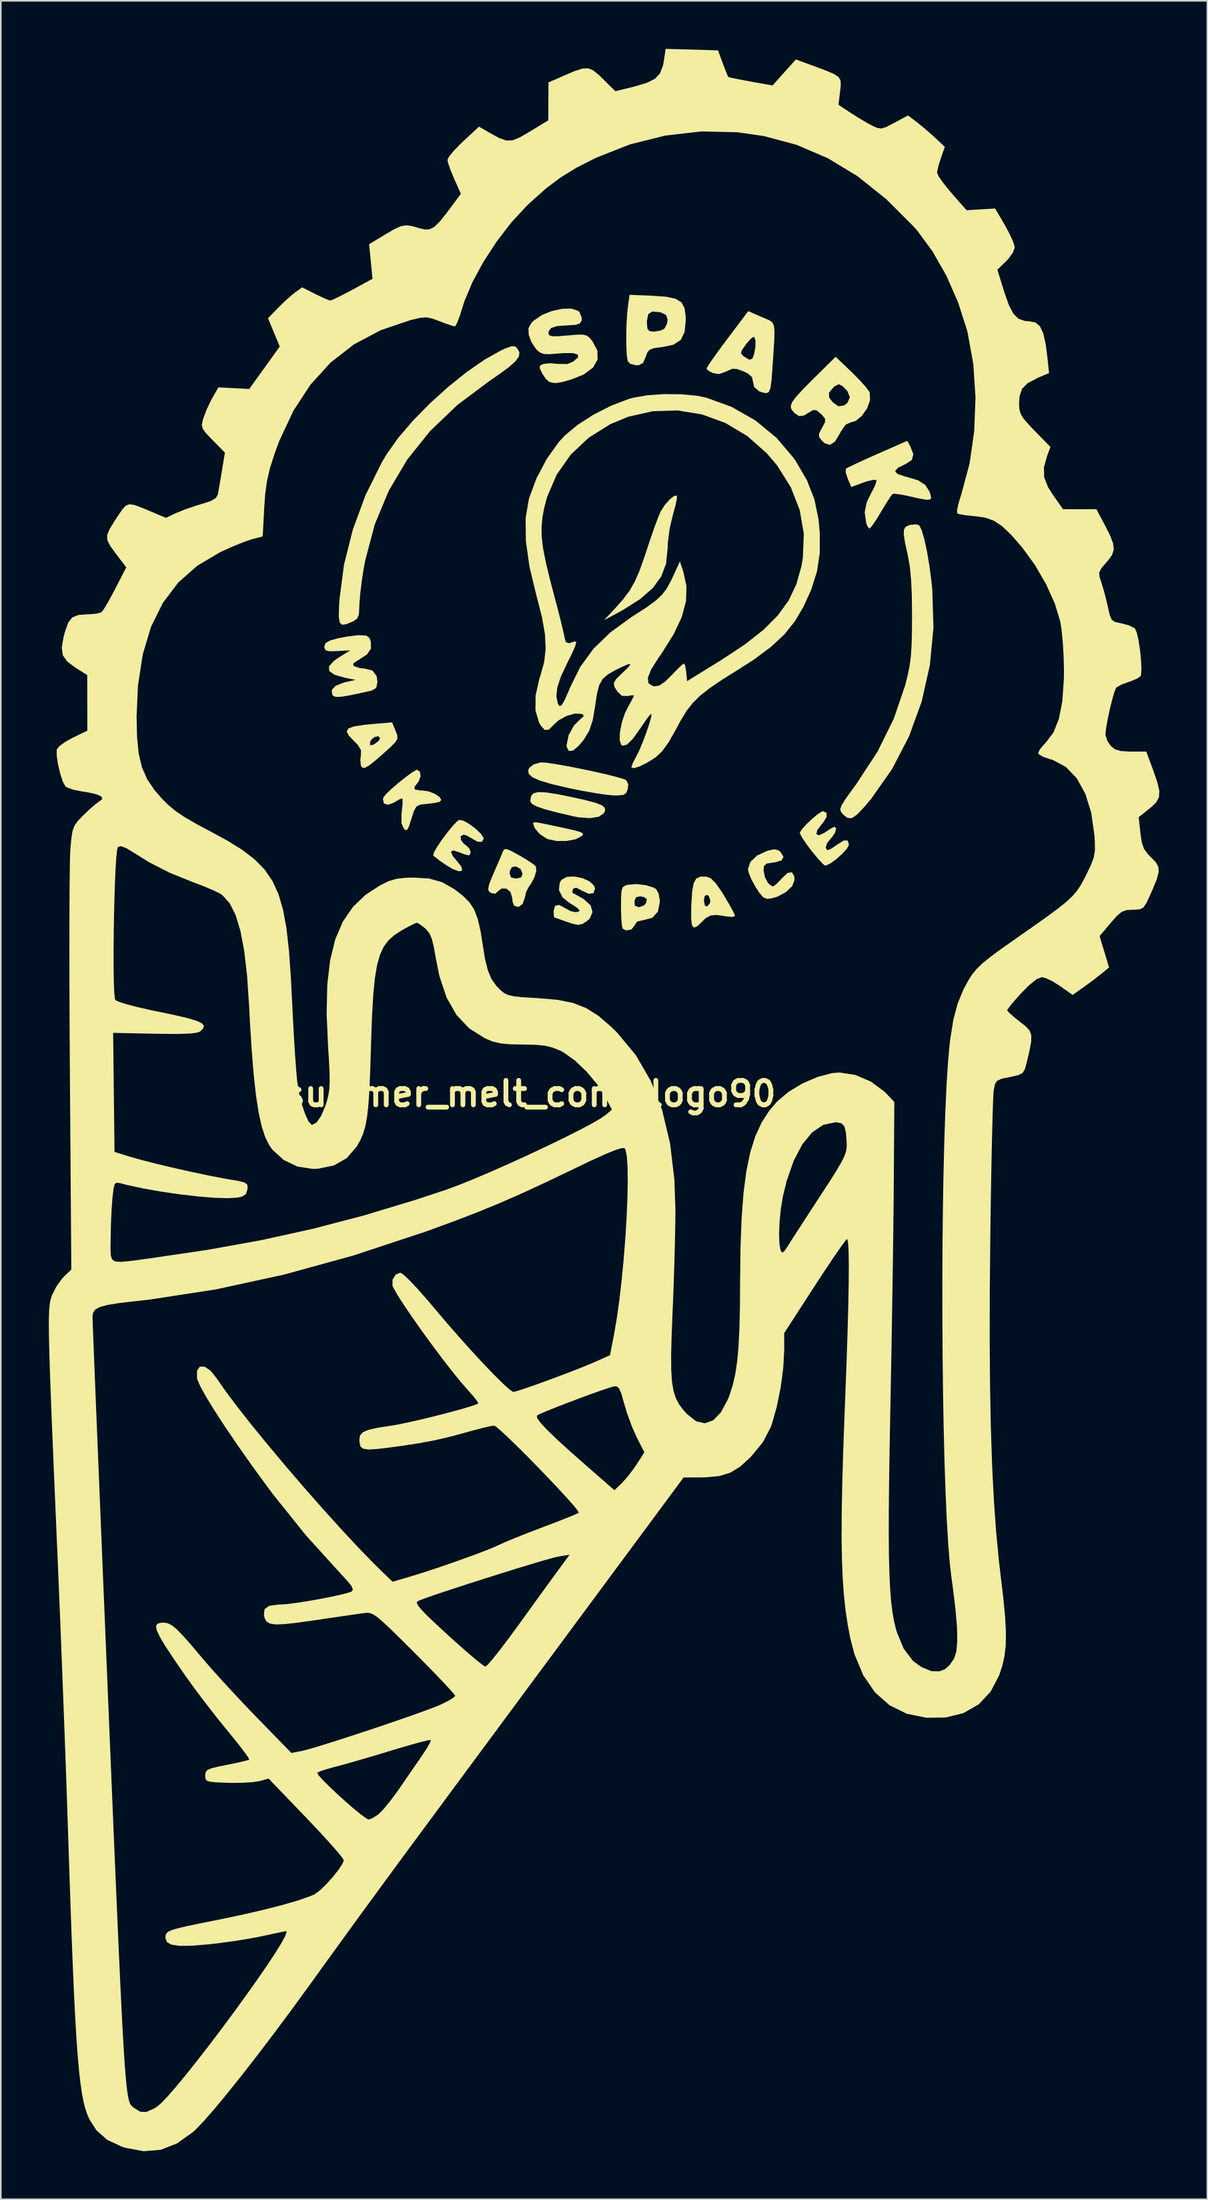
<source format=kicad_pcb>
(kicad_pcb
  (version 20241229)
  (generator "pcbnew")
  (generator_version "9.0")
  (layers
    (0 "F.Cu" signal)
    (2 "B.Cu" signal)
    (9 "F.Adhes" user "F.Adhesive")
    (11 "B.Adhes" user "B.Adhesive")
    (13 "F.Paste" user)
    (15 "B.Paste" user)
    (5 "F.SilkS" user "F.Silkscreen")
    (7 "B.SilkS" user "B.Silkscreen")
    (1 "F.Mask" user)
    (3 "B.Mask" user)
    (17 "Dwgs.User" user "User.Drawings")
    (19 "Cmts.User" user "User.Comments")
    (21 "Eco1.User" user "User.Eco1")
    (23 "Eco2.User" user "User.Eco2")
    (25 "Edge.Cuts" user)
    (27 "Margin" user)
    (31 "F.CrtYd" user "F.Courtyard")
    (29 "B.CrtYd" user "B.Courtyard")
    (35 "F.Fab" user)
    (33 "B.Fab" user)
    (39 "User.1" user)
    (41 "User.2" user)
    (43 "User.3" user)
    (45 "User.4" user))
  (footprint "summer_melt_cone_logo90"
    (layer "F.Cu")
    (at 30.068 65.21)
    (property "Reference" "summer_melt_cone_logo90" (at 0 0 0) (layer "F.SilkS") (effects (font (size 1.524 1.524) (thickness 0.3))))
    (attr board_only exclude_from_pos_files exclude_from_bom)
    (fp_poly (pts (xy 0.526 -16.918) (xy 1.551 -16.706) (xy 2.299 -16.547) (xy 2.807 -16.427) (xy 3.116 -16.336) (xy 3.264 -16.261) (xy 3.291 -16.189) (xy 3.235 -16.109) (xy 3.211 -16.084) (xy 2.83 -15.883) (xy 2.266 -15.777) (xy 1.646 -15.775) (xy 1.1 -15.889) (xy 1.024 -15.92) (xy 0.589 -16.208) (xy 0.27 -16.582) (xy 0.162 -16.899) (xy 0.295 -16.944)) (stroke (width 0) (type solid)) (fill yes) (layer "F.SilkS"))
    (fp_poly (pts (xy 0.999 -18.806) (xy 1.738 -18.688) (xy 2.449 -18.546) (xy 3.383 -18.341) (xy 4.035 -18.17) (xy 4.443 -18.017) (xy 4.643 -17.862) (xy 4.673 -17.689) (xy 4.591 -17.509) (xy 4.274 -17.288) (xy 3.722 -17.202) (xy 2.999 -17.256) (xy 2.669 -17.32) (xy 1.646 -17.56) (xy 0.905 -17.757) (xy 0.409 -17.926) (xy 0.122 -18.079) (xy 0.007 -18.229) (xy 0 -18.28) (xy 0.041 -18.57) (xy 0.193 -18.752) (xy 0.498 -18.829)) (stroke (width 0) (type solid)) (fill yes) (layer "F.SilkS"))
    (fp_poly (pts (xy 0.975 -20.662) (xy 1.536 -20.582) (xy 2.261 -20.456) (xy 3.078 -20.297) (xy 3.914 -20.122) (xy 4.699 -19.944) (xy 5.359 -19.78) (xy 5.822 -19.644) (xy 5.991 -19.573) (xy 6.117 -19.317) (xy 6.086 -19.027) (xy 5.988 -18.77) (xy 5.801 -18.649) (xy 5.427 -18.617) (xy 5.214 -18.619) (xy 4.76 -18.659) (xy 4.08 -18.758) (xy 3.266 -18.902) (xy 2.408 -19.075) (xy 2.373 -19.083) (xy 1.339 -19.325) (xy 0.599 -19.545) (xy 0.126 -19.756) (xy -0.106 -19.974) (xy -0.127 -20.211) (xy -0.062 -20.347) (xy 0.212 -20.557) (xy 0.634 -20.678) (xy 0.651 -20.68)) (stroke (width 0) (type solid)) (fill yes) (layer "F.SilkS"))
    (fp_poly (pts (xy 9.154 -37.144) (xy 9.07 -36.735) (xy 8.92 -36.192) (xy 8.909 -36.157) (xy 8.702 -35.279) (xy 8.585 -34.352) (xy 8.572 -33.998) (xy 8.477 -33.087) (xy 8.177 -32.285) (xy 7.646 -31.558) (xy 6.856 -30.871) (xy 5.781 -30.19) (xy 5.427 -29.996) (xy 4.611 -29.562) (xy 5.273 -30.272) (xy 5.789 -30.851) (xy 6.187 -31.381) (xy 6.512 -31.943) (xy 6.809 -32.619) (xy 7.121 -33.491) (xy 7.271 -33.946) (xy 7.534 -34.732) (xy 7.785 -35.446) (xy 7.996 -36.009) (xy 8.138 -36.34) (xy 8.395 -36.741) (xy 8.7 -37.088) (xy 8.977 -37.31) (xy 9.153 -37.333)) (stroke (width 0) (type solid)) (fill yes) (layer "F.SilkS"))
    (fp_poly (pts (xy -8.412 -22.647) (xy -8.307 -22.367) (xy -8.302 -22.155) (xy -8.434 -21.933) (xy -8.742 -21.625) (xy -9.071 -21.328) (xy -9.669 -20.803) (xy -10.079 -20.481) (xy -10.34 -20.338) (xy -10.496 -20.352) (xy -10.58 -20.481) (xy -10.619 -20.832) (xy -10.579 -21.125) (xy -10.577 -21.454) (xy -10.761 -21.748) (xy -10.005 -21.748) (xy -9.839 -21.773) (xy -9.721 -21.833) (xy -9.458 -22.037) (xy -9.383 -22.182) (xy -9.484 -22.313) (xy -9.703 -22.276) (xy -9.918 -22.115) (xy -10.003 -21.947) (xy -10.005 -21.748) (xy -10.761 -21.748) (xy -10.784 -21.785) (xy -10.984 -21.986) (xy -11.333 -22.349) (xy -11.468 -22.612) (xy -11.365 -22.798) (xy -11 -22.929) (xy -10.35 -23.027) (xy -9.792 -23.08) (xy -8.631 -23.178)) (stroke (width 0) (type solid)) (fill yes) (layer "F.SilkS"))
    (fp_poly (pts (xy 15.501 -15.194) (xy 15.622 -15.094) (xy 15.811 -14.788) (xy 15.693 -14.567) (xy 15.274 -14.442) (xy 15.155 -14.429) (xy 14.76 -14.367) (xy 14.595 -14.22) (xy 14.566 -13.944) (xy 14.651 -13.514) (xy 14.85 -13.142) (xy 15.095 -12.948) (xy 15.145 -12.941) (xy 15.329 -13.055) (xy 15.614 -13.34) (xy 15.709 -13.451) (xy 16.066 -13.783) (xy 16.333 -13.825) (xy 16.481 -13.582) (xy 16.502 -13.349) (xy 16.356 -12.963) (xy 15.973 -12.592) (xy 15.437 -12.303) (xy 15.068 -12.195) (xy 14.771 -12.164) (xy 14.548 -12.255) (xy 14.313 -12.526) (xy 14.083 -12.875) (xy 13.808 -13.372) (xy 13.629 -13.815) (xy 13.59 -14.02) (xy 13.743 -14.472) (xy 14.165 -14.871) (xy 14.802 -15.165) (xy 14.808 -15.167) (xy 15.233 -15.26)) (stroke (width 0) (type solid)) (fill yes) (layer "F.SilkS"))
    (fp_poly (pts (xy 10.998 -13.551) (xy 11.263 -13.449) (xy 11.554 -13.169) (xy 11.915 -12.662) (xy 12.09 -12.382) (xy 12.411 -11.842) (xy 12.653 -11.404) (xy 12.774 -11.142) (xy 12.781 -11.11) (xy 12.643 -11.039) (xy 12.307 -11.059) (xy 12.255 -11.069) (xy 11.653 -11.16) (xy 11.25 -11.126) (xy 10.937 -10.947) (xy 10.753 -10.768) (xy 10.432 -10.459) (xy 10.218 -10.367) (xy 10.094 -10.517) (xy 10.043 -10.933) (xy 10.049 -11.641) (xy 10.055 -11.816) (xy 10.07 -12.053) (xy 10.839 -12.053) (xy 10.901 -11.738) (xy 11.042 -11.689) (xy 11.213 -11.886) (xy 11.244 -12.053) (xy 11.149 -12.336) (xy 11.042 -12.417) (xy 10.884 -12.337) (xy 10.839 -12.053) (xy 10.07 -12.053) (xy 10.104 -12.611) (xy 10.197 -13.133) (xy 10.36 -13.43) (xy 10.621 -13.553)) (stroke (width 0) (type solid)) (fill yes) (layer "F.SilkS"))
    (fp_poly (pts (xy 7.183 -13.024) (xy 7.683 -12.875) (xy 7.861 -12.769) (xy 8.012 -12.491) (xy 8.087 -12.054) (xy 8.089 -11.977) (xy 7.968 -11.373) (xy 7.622 -10.984) (xy 7.078 -10.84) (xy 7.05 -10.839) (xy 6.665 -10.746) (xy 6.518 -10.516) (xy 6.316 -10.258) (xy 5.995 -10.192) (xy 5.77 -10.3) (xy 5.719 -10.503) (xy 5.681 -10.942) (xy 5.663 -11.533) (xy 5.662 -11.672) (xy 5.665 -12.012) (xy 6.501 -12.012) (xy 6.531 -11.728) (xy 6.78 -11.648) (xy 6.789 -11.648) (xy 7.106 -11.754) (xy 7.224 -11.898) (xy 7.276 -12.145) (xy 7.122 -12.267) (xy 6.876 -12.321) (xy 6.603 -12.27) (xy 6.501 -12.012) (xy 5.665 -12.012) (xy 5.668 -12.308) (xy 5.699 -12.692) (xy 5.779 -12.897) (xy 5.927 -12.997) (xy 6.076 -13.04) (xy 6.596 -13.087)) (stroke (width 0) (type solid)) (fill yes) (layer "F.SilkS"))
    (fp_poly (pts (xy -4.19 -17.047) (xy -3.812 -16.838) (xy -3.409 -16.537) (xy -3.078 -16.218) (xy -2.916 -15.955) (xy -2.912 -15.922) (xy -3.022 -15.722) (xy -3.305 -15.736) (xy -3.65 -15.931) (xy -3.974 -16.119) (xy -4.166 -16.173) (xy -4.347 -16.077) (xy -4.337 -15.851) (xy -4.157 -15.607) (xy -4.045 -15.531) (xy -3.813 -15.319) (xy -3.719 -15.07) (xy -3.793 -14.902) (xy -3.875 -14.884) (xy -4.126 -14.946) (xy -4.442 -15.072) (xy -4.819 -15.188) (xy -4.957 -15.103) (xy -4.848 -14.843) (xy -4.608 -14.558) (xy -4.302 -14.167) (xy -4.255 -13.936) (xy -4.438 -13.88) (xy -4.82 -14.012) (xy -5.227 -14.25) (xy -5.658 -14.548) (xy -5.968 -14.787) (xy -6.066 -14.882) (xy -6.017 -15.068) (xy -5.812 -15.424) (xy -5.507 -15.873) (xy -5.158 -16.34) (xy -4.82 -16.749) (xy -4.549 -17.024) (xy -4.447 -17.091)) (stroke (width 0) (type solid)) (fill yes) (layer "F.SilkS"))
    (fp_poly (pts (xy -6.892 -20.098) (xy -6.854 -19.812) (xy -6.969 -19.498) (xy -7.018 -19.436) (xy -7.242 -19.136) (xy -7.2 -18.982) (xy -6.868 -18.93) (xy -6.732 -18.929) (xy -6.336 -18.868) (xy -5.96 -18.718) (xy -5.676 -18.526) (xy -5.556 -18.343) (xy -5.662 -18.218) (xy -5.978 -18.15) (xy -6.442 -18.092) (xy -6.533 -18.085) (xy -6.896 -18.041) (xy -7.114 -17.923) (xy -7.267 -17.652) (xy -7.424 -17.166) (xy -7.581 -16.682) (xy -7.697 -16.464) (xy -7.812 -16.462) (xy -7.908 -16.56) (xy -8.045 -16.881) (xy -8.05 -17.401) (xy -8.023 -17.635) (xy -7.979 -18.094) (xy -7.982 -18.387) (xy -8.008 -18.443) (xy -8.196 -18.363) (xy -8.508 -18.177) (xy -8.881 -18.035) (xy -9.139 -18.115) (xy -9.205 -18.38) (xy -9.171 -18.504) (xy -9.009 -18.707) (xy -8.672 -19.028) (xy -8.235 -19.403) (xy -7.778 -19.768) (xy -7.379 -20.059) (xy -7.114 -20.213) (xy -7.073 -20.223)) (stroke (width 0) (type solid)) (fill yes) (layer "F.SilkS"))
    (fp_poly (pts (xy -0.952 -46.64) (xy -0.812 -46.516) (xy -0.681 -46.274) (xy -0.711 -46.017) (xy -0.928 -45.712) (xy -1.36 -45.33) (xy -2.032 -44.84) (xy -2.547 -44.49) (xy -4.553 -42.988) (xy -6.267 -41.349) (xy -7.694 -39.566) (xy -8.841 -37.631) (xy -9.712 -35.536) (xy -10.314 -33.272) (xy -10.42 -32.692) (xy -10.536 -31.923) (xy -10.625 -31.178) (xy -10.673 -30.581) (xy -10.678 -30.413) (xy -10.703 -29.929) (xy -10.811 -29.658) (xy -11.049 -29.49) (xy -11.09 -29.471) (xy -11.495 -29.303) (xy -11.759 -29.27) (xy -11.906 -29.412) (xy -11.96 -29.77) (xy -11.946 -30.385) (xy -11.916 -30.873) (xy -11.636 -33.016) (xy -11.086 -35.204) (xy -10.295 -37.353) (xy -9.29 -39.377) (xy -8.972 -39.912) (xy -8.256 -40.926) (xy -7.337 -41.999) (xy -6.276 -43.08) (xy -5.132 -44.114) (xy -3.966 -45.048) (xy -2.837 -45.83) (xy -1.805 -46.404) (xy -1.561 -46.513) (xy -1.172 -46.652)) (stroke (width 0) (type solid)) (fill yes) (layer "F.SilkS"))
    (fp_poly (pts (xy 7.611 -49.804) (xy 8.478 -49.743) (xy 9.073 -49.615) (xy 9.442 -49.385) (xy 9.637 -49.018) (xy 9.704 -48.479) (xy 9.707 -48.285) (xy 9.635 -47.539) (xy 9.391 -47.041) (xy 8.933 -46.744) (xy 8.23 -46.6) (xy 7.721 -46.534) (xy 7.439 -46.428) (xy 7.288 -46.226) (xy 7.206 -45.987) (xy 7.042 -45.613) (xy 6.787 -45.473) (xy 6.617 -45.461) (xy 6.25 -45.549) (xy 6.084 -45.717) (xy 6.028 -46.041) (xy 5.997 -46.595) (xy 5.99 -47.286) (xy 6.007 -48.02) (xy 6.013 -48.121) (xy 7.28 -48.121) (xy 7.31 -47.744) (xy 7.451 -47.591) (xy 7.733 -47.564) (xy 8.137 -47.63) (xy 8.38 -47.758) (xy 8.539 -48.071) (xy 8.575 -48.312) (xy 8.478 -48.604) (xy 8.142 -48.765) (xy 8.093 -48.777) (xy 7.619 -48.821) (xy 7.368 -48.657) (xy 7.282 -48.24) (xy 7.28 -48.121) (xy 6.013 -48.121) (xy 6.049 -48.704) (xy 6.091 -49.094) (xy 6.196 -49.86)) (stroke (width 0) (type solid)) (fill yes) (layer "F.SilkS"))
    (fp_poly (pts (xy 3.253 -13.458) (xy 3.702 -13.254) (xy 3.991 -12.978) (xy 4.045 -12.789) (xy 3.939 -12.517) (xy 3.644 -12.483) (xy 3.195 -12.689) (xy 3.164 -12.709) (xy 2.857 -12.863) (xy 2.684 -12.799) (xy 2.656 -12.759) (xy 2.626 -12.553) (xy 2.681 -12.507) (xy 2.908 -12.395) (xy 3.277 -12.184) (xy 3.357 -12.135) (xy 3.763 -11.76) (xy 3.884 -11.339) (xy 3.712 -10.936) (xy 3.523 -10.768) (xy 3.24 -10.594) (xy 2.984 -10.54) (xy 2.641 -10.608) (xy 2.184 -10.763) (xy 1.778 -10.907) (xy 1.528 -10.991) (xy 1.496 -10.999) (xy 1.466 -11.14) (xy 1.456 -11.406) (xy 1.545 -11.731) (xy 1.799 -11.787) (xy 2.194 -11.573) (xy 2.525 -11.398) (xy 2.851 -11.33) (xy 3.054 -11.388) (xy 3.073 -11.446) (xy 2.944 -11.59) (xy 2.619 -11.806) (xy 2.467 -11.891) (xy 2.01 -12.26) (xy 1.789 -12.711) (xy 1.832 -13.166) (xy 1.95 -13.357) (xy 2.275 -13.537) (xy 2.744 -13.561)) (stroke (width 0) (type solid)) (fill yes) (layer "F.SilkS"))
    (fp_poly (pts (xy -1.228 -15.17) (xy -0.754 -14.915) (xy -0.687 -14.877) (xy -0.193 -14.585) (xy 0.182 -14.334) (xy 0.35 -14.188) (xy 0.373 -13.907) (xy 0.251 -13.494) (xy 0.029 -13.08) (xy -0.079 -12.943) (xy -0.256 -12.607) (xy -0.35 -12.216) (xy -0.484 -11.844) (xy -0.727 -11.661) (xy -0.994 -11.728) (xy -1.019 -11.751) (xy -1.109 -11.988) (xy -1.132 -12.236) (xy -1.241 -12.593) (xy -1.497 -12.804) (xy -1.795 -12.809) (xy -1.944 -12.697) (xy -2.188 -12.483) (xy -2.443 -12.529) (xy -2.551 -12.593) (xy -2.632 -12.736) (xy -2.586 -13.026) (xy -2.399 -13.52) (xy -2.302 -13.742) (xy -1.294 -13.742) (xy -1.194 -13.494) (xy -0.89 -13.428) (xy -0.569 -13.507) (xy -0.485 -13.734) (xy -0.611 -14.03) (xy -0.893 -14.188) (xy -1.147 -14.147) (xy -1.271 -13.927) (xy -1.294 -13.742) (xy -2.302 -13.742) (xy -2.293 -13.763) (xy -2.044 -14.33) (xy -1.839 -14.812) (xy -1.723 -15.101) (xy -1.643 -15.248) (xy -1.501 -15.276)) (stroke (width 0) (type solid)) (fill yes) (layer "F.SilkS"))
    (fp_poly (pts (xy 18.5 -17.533) (xy 18.499 -17.27) (xy 18.277 -16.91) (xy 18.201 -16.825) (xy 17.915 -16.448) (xy 17.865 -16.201) (xy 18.026 -16.134) (xy 18.375 -16.293) (xy 18.439 -16.337) (xy 18.772 -16.556) (xy 18.982 -16.662) (xy 18.994 -16.664) (xy 19.098 -16.555) (xy 19.035 -16.3) (xy 18.84 -16.008) (xy 18.767 -15.936) (xy 18.529 -15.638) (xy 18.443 -15.364) (xy 18.535 -15.214) (xy 18.583 -15.208) (xy 18.797 -15.299) (xy 19.121 -15.52) (xy 19.135 -15.531) (xy 19.563 -15.804) (xy 19.816 -15.808) (xy 19.899 -15.545) (xy 19.779 -15.306) (xy 19.478 -14.973) (xy 19.091 -14.63) (xy 18.71 -14.358) (xy 18.427 -14.238) (xy 18.414 -14.237) (xy 18.259 -14.355) (xy 17.968 -14.668) (xy 17.602 -15.109) (xy 17.556 -15.167) (xy 17.199 -15.646) (xy 16.938 -16.04) (xy 16.827 -16.27) (xy 16.826 -16.281) (xy 16.94 -16.484) (xy 17.223 -16.802) (xy 17.59 -17.152) (xy 17.951 -17.453) (xy 18.219 -17.621) (xy 18.272 -17.634)) (stroke (width 0) (type solid)) (fill yes) (layer "F.SilkS"))
    (fp_poly (pts (xy -10.247 -28.596) (xy -10.046 -28.45) (xy -9.96 -28.216) (xy -9.952 -27.783) (xy -10.195 -27.42) (xy -10.725 -27.074) (xy -10.73 -27.072) (xy -11.032 -26.882) (xy -11.059 -26.743) (xy -10.984 -26.68) (xy -10.652 -26.568) (xy -10.346 -26.535) (xy -9.859 -26.416) (xy -9.596 -26.065) (xy -9.545 -25.694) (xy -9.625 -25.327) (xy -9.904 -25.163) (xy -9.909 -25.162) (xy -10.818 -24.96) (xy -11.462 -24.831) (xy -11.891 -24.769) (xy -12.155 -24.77) (xy -12.305 -24.828) (xy -12.367 -24.9) (xy -12.401 -25.201) (xy -12.145 -25.468) (xy -11.635 -25.667) (xy -11.599 -25.675) (xy -10.92 -25.831) (xy -11.568 -25.96) (xy -12.222 -26.147) (xy -12.558 -26.383) (xy -12.574 -26.67) (xy -12.272 -27.011) (xy -11.932 -27.248) (xy -11.244 -27.672) (xy -12.053 -27.628) (xy -12.536 -27.617) (xy -12.777 -27.67) (xy -12.857 -27.815) (xy -12.862 -27.907) (xy -12.791 -28.122) (xy -12.532 -28.281) (xy -12.053 -28.417) (xy -11.442 -28.534) (xy -10.849 -28.609) (xy -10.655 -28.62)) (stroke (width 0) (type solid)) (fill yes) (layer "F.SilkS"))
    (fp_poly (pts (xy 24.283 -35.48) (xy 24.436 -35.185) (xy 24.602 -34.625) (xy 24.768 -33.859) (xy 24.923 -32.946) (xy 25.054 -31.942) (xy 25.102 -31.481) (xy 25.176 -29.101) (xy 24.952 -26.755) (xy 24.44 -24.479) (xy 23.65 -22.305) (xy 22.594 -20.269) (xy 21.282 -18.402) (xy 20.867 -17.912) (xy 20.418 -17.437) (xy 20.091 -17.208) (xy 19.826 -17.203) (xy 19.56 -17.403) (xy 19.502 -17.465) (xy 19.39 -17.61) (xy 19.356 -17.763) (xy 19.425 -17.977) (xy 19.619 -18.303) (xy 19.965 -18.794) (xy 20.37 -19.347) (xy 21.682 -21.352) (xy 22.697 -23.403) (xy 23.403 -25.471) (xy 23.406 -25.481) (xy 23.572 -26.144) (xy 23.689 -26.727) (xy 23.765 -27.314) (xy 23.81 -27.986) (xy 23.831 -28.828) (xy 23.837 -29.768) (xy 23.825 -31.053) (xy 23.78 -32.077) (xy 23.698 -32.902) (xy 23.576 -33.59) (xy 23.569 -33.621) (xy 23.402 -34.386) (xy 23.322 -34.897) (xy 23.334 -35.211) (xy 23.444 -35.388) (xy 23.657 -35.485) (xy 23.725 -35.503) (xy 24.085 -35.539)) (stroke (width 0) (type solid)) (fill yes) (layer "F.SilkS"))
    (fp_poly (pts (xy 23.736 -40.396) (xy 23.92 -39.906) (xy 23.828 -39.558) (xy 23.464 -39.316) (xy 22.962 -39.068) (xy 22.78 -38.863) (xy 22.919 -38.687) (xy 23.379 -38.528) (xy 23.529 -38.493) (xy 24.222 -38.283) (xy 24.665 -37.996) (xy 24.93 -37.577) (xy 24.987 -37.412) (xy 25.032 -37.198) (xy 24.968 -37.085) (xy 24.743 -37.069) (xy 24.304 -37.145) (xy 23.706 -37.281) (xy 23.179 -37.39) (xy 22.786 -37.446) (xy 22.629 -37.44) (xy 22.499 -37.276) (xy 22.258 -36.906) (xy 21.953 -36.405) (xy 21.903 -36.32) (xy 21.595 -35.816) (xy 21.342 -35.444) (xy 21.191 -35.273) (xy 21.179 -35.269) (xy 21.058 -35.404) (xy 20.972 -35.633) (xy 20.881 -36.298) (xy 21.01 -36.927) (xy 21.289 -37.492) (xy 21.508 -37.915) (xy 21.614 -38.22) (xy 21.607 -38.307) (xy 21.409 -38.315) (xy 21.021 -38.221) (xy 20.774 -38.137) (xy 20.042 -37.866) (xy 19.821 -38.387) (xy 19.701 -38.761) (xy 19.698 -38.996) (xy 19.709 -39.011) (xy 19.891 -39.112) (xy 20.31 -39.313) (xy 20.905 -39.586) (xy 21.614 -39.903) (xy 21.679 -39.932) (xy 23.539 -40.75)) (stroke (width 0) (type solid)) (fill yes) (layer "F.SilkS"))
    (fp_poly (pts (xy 14.45 -48.474) (xy 14.756 -48.347) (xy 14.979 -48.244) (xy 15.129 -48.116) (xy 15.215 -47.914) (xy 15.247 -47.589) (xy 15.237 -47.093) (xy 15.193 -46.376) (xy 15.126 -45.391) (xy 15.118 -45.259) (xy 15.062 -44.506) (xy 14.993 -44.03) (xy 14.883 -43.783) (xy 14.704 -43.719) (xy 14.427 -43.79) (xy 14.277 -43.848) (xy 13.973 -44.115) (xy 13.913 -44.413) (xy 13.842 -44.727) (xy 13.576 -44.957) (xy 13.307 -45.085) (xy 12.887 -45.236) (xy 12.599 -45.242) (xy 12.284 -45.1) (xy 12.251 -45.082) (xy 11.787 -44.914) (xy 11.402 -44.977) (xy 11.104 -45.133) (xy 11.001 -45.257) (xy 11.094 -45.427) (xy 11.347 -45.802) (xy 11.634 -46.204) (xy 13.156 -46.204) (xy 13.285 -46.054) (xy 13.354 -46.002) (xy 13.681 -45.811) (xy 13.865 -45.872) (xy 13.973 -46.149) (xy 14.058 -46.619) (xy 14.06 -47.013) (xy 13.982 -47.227) (xy 13.944 -47.241) (xy 13.772 -47.122) (xy 13.51 -46.828) (xy 13.435 -46.73) (xy 13.202 -46.393) (xy 13.156 -46.204) (xy 11.634 -46.204) (xy 11.725 -46.33) (xy 12.19 -46.961) (xy 12.306 -47.114) (xy 13.611 -48.843)) (stroke (width 0) (type solid)) (fill yes) (layer "F.SilkS"))
    (fp_poly (pts (xy 20.067 -45.04) (xy 20.543 -44.563) (xy 20.93 -44.133) (xy 21.161 -43.823) (xy 21.192 -43.762) (xy 21.218 -43.299) (xy 21.036 -42.782) (xy 20.711 -42.31) (xy 20.307 -41.984) (xy 19.992 -41.896) (xy 19.69 -41.758) (xy 19.396 -41.335) (xy 19.333 -41.208) (xy 19.019 -40.693) (xy 18.705 -40.493) (xy 18.376 -40.603) (xy 18.216 -40.753) (xy 18.035 -40.986) (xy 18.026 -41.193) (xy 18.189 -41.514) (xy 18.22 -41.568) (xy 18.404 -41.911) (xy 18.407 -42.126) (xy 18.218 -42.361) (xy 18.153 -42.426) (xy 17.865 -42.661) (xy 17.64 -42.664) (xy 17.511 -42.586) (xy 17.087 -42.327) (xy 16.788 -42.29) (xy 16.513 -42.467) (xy 16.472 -42.507) (xy 16.311 -42.701) (xy 16.257 -42.898) (xy 16.336 -43.14) (xy 16.571 -43.469) (xy 16.829 -43.753) (xy 18.651 -43.753) (xy 18.664 -43.453) (xy 18.873 -43.168) (xy 19.238 -42.904) (xy 19.594 -42.957) (xy 19.807 -43.127) (xy 19.955 -43.466) (xy 19.796 -43.861) (xy 19.501 -44.162) (xy 19.267 -44.281) (xy 19.024 -44.168) (xy 18.926 -44.083) (xy 18.651 -43.753) (xy 16.829 -43.753) (xy 16.987 -43.926) (xy 17.608 -44.554) (xy 17.772 -44.716) (xy 19.065 -45.994)) (stroke (width 0) (type solid)) (fill yes) (layer "F.SilkS"))
    (fp_poly (pts (xy 2.975 -48.868) (xy 3.067 -48.785) (xy 3.208 -48.437) (xy 3.206 -48.26) (xy 3.103 -48.079) (xy 2.833 -47.987) (xy 2.331 -47.955) (xy 1.685 -47.913) (xy 1.308 -47.798) (xy 1.148 -47.59) (xy 1.132 -47.46) (xy 1.178 -47.336) (xy 1.359 -47.278) (xy 1.737 -47.278) (xy 2.321 -47.325) (xy 2.935 -47.376) (xy 3.317 -47.375) (xy 3.556 -47.302) (xy 3.74 -47.138) (xy 3.858 -46.993) (xy 4.186 -46.387) (xy 4.201 -45.823) (xy 3.912 -45.317) (xy 3.329 -44.886) (xy 2.537 -44.571) (xy 1.971 -44.414) (xy 1.606 -44.354) (xy 1.34 -44.379) (xy 1.17 -44.437) (xy 0.955 -44.63) (xy 0.727 -44.978) (xy 0.726 -44.98) (xy 0.581 -45.303) (xy 0.618 -45.458) (xy 0.824 -45.547) (xy 1.214 -45.591) (xy 1.7 -45.552) (xy 1.726 -45.548) (xy 2.33 -45.544) (xy 2.688 -45.701) (xy 2.98 -45.957) (xy 2.967 -46.133) (xy 2.659 -46.224) (xy 2.067 -46.224) (xy 1.793 -46.202) (xy 1.203 -46.154) (xy 0.835 -46.169) (xy 0.591 -46.265) (xy 0.373 -46.461) (xy 0.36 -46.474) (xy 0.064 -46.92) (xy -0.097 -47.361) (xy -0.117 -47.774) (xy 0.065 -48.101) (xy 0.218 -48.256) (xy 0.721 -48.599) (xy 1.338 -48.849) (xy 1.98 -48.988) (xy 2.555 -49)) (stroke (width 0) (type solid)) (fill yes) (layer "F.SilkS"))
    (fp_poly (pts (xy 9.431 -43.654) (xy 10.424 -43.56) (xy 10.964 -43.451) (xy 12.577 -42.865) (xy 14.064 -42.015) (xy 15.372 -40.938) (xy 16.452 -39.668) (xy 16.569 -39.497) (xy 17.276 -38.284) (xy 17.74 -37.103) (xy 18.001 -35.831) (xy 18.074 -35.026) (xy 18.076 -33.762) (xy 17.907 -32.611) (xy 17.542 -31.459) (xy 17.058 -30.395) (xy 16.525 -29.49) (xy 15.865 -28.671) (xy 15.029 -27.89) (xy 13.967 -27.101) (xy 12.992 -26.475) (xy 11.976 -25.839) (xy 11.194 -25.309) (xy 10.594 -24.835) (xy 10.124 -24.368) (xy 9.734 -23.859) (xy 9.372 -23.261) (xy 9.135 -22.817) (xy 8.659 -21.969) (xy 8.236 -21.379) (xy 7.826 -20.996) (xy 7.798 -20.977) (xy 7.279 -20.654) (xy 6.812 -20.426) (xy 6.467 -20.319) (xy 6.312 -20.36) (xy 6.31 -20.379) (xy 6.385 -20.605) (xy 6.571 -20.975) (xy 6.621 -21.063) (xy 6.809 -21.442) (xy 7.024 -21.957) (xy 7.238 -22.526) (xy 7.419 -23.064) (xy 7.539 -23.485) (xy 7.566 -23.707) (xy 7.56 -23.718) (xy 7.451 -23.623) (xy 7.218 -23.317) (xy 6.911 -22.865) (xy 6.879 -22.816) (xy 6.402 -22.15) (xy 6.029 -21.785) (xy 5.755 -21.72) (xy 5.68 -21.77) (xy 5.58 -22.063) (xy 5.594 -22.553) (xy 5.705 -23.14) (xy 5.897 -23.723) (xy 6.041 -24.024) (xy 6.279 -24.461) (xy 6.436 -24.768) (xy 6.471 -24.857) (xy 6.338 -24.872) (xy 6.085 -24.824) (xy 5.722 -24.833) (xy 5.438 -25.099) (xy 5.246 -25.41) (xy 5.216 -25.646) (xy 5.377 -25.902) (xy 5.754 -26.27) (xy 5.784 -26.297) (xy 6.138 -26.642) (xy 6.248 -26.81) (xy 6.105 -26.805) (xy 5.699 -26.63) (xy 5.339 -26.452) (xy 4.852 -26.177) (xy 4.522 -25.891) (xy 4.307 -25.516) (xy 4.163 -24.975) (xy 4.045 -24.191) (xy 4.042 -24.163) (xy 3.895 -23.306) (xy 3.679 -22.657) (xy 3.343 -22.101) (xy 3.024 -21.719) (xy 2.663 -21.418) (xy 2.401 -21.393) (xy 2.273 -21.641) (xy 2.265 -21.768) (xy 2.393 -22.378) (xy 2.721 -22.978) (xy 3.101 -23.362) (xy 3.33 -23.552) (xy 3.298 -23.661) (xy 3.189 -23.71) (xy 2.778 -23.729) (xy 2.26 -23.578) (xy 1.766 -23.309) (xy 1.476 -23.042) (xy 1.159 -22.724) (xy 0.901 -22.703) (xy 0.648 -22.987) (xy 0.542 -23.175) (xy 0.32 -23.928) (xy 0.329 -24.858) (xy 0.568 -25.916) (xy 0.634 -26.113) (xy 0.863 -26.931) (xy 0.957 -27.761) (xy 0.915 -28.671) (xy 0.731 -29.729) (xy 0.404 -31.004) (xy 0.388 -31.062) (xy -0.052 -32.879) (xy -0.279 -34.508) (xy -0.287 -35.367) (xy 0.7 -35.367) (xy 0.712 -34.732) (xy 0.801 -34.01) (xy 0.974 -33.14) (xy 1.236 -32.062) (xy 1.456 -31.224) (xy 1.682 -30.367) (xy 1.88 -29.594) (xy 2.032 -28.97) (xy 2.123 -28.563) (xy 2.138 -28.474) (xy 2.217 -28.186) (xy 2.406 -28.118) (xy 2.781 -28.233) (xy 2.868 -28.196) (xy 2.809 -27.947) (xy 2.596 -27.463) (xy 2.336 -26.944) (xy 1.915 -26.051) (xy 1.683 -25.355) (xy 1.625 -24.799) (xy 1.72 -24.351) (xy 1.821 -24.193) (xy 1.947 -24.241) (xy 2.121 -24.525) (xy 2.366 -25.075) (xy 2.477 -25.347) (xy 3.113 -26.634) (xy 3.936 -27.765) (xy 4.99 -28.788) (xy 6.32 -29.754) (xy 6.471 -29.85) (xy 7.254 -30.356) (xy 7.815 -30.765) (xy 8.216 -31.138) (xy 8.519 -31.536) (xy 8.784 -32.02) (xy 8.899 -32.264) (xy 9.34 -33.222) (xy 9.554 -32.587) (xy 9.751 -31.68) (xy 9.724 -30.75) (xy 9.461 -29.761) (xy 8.951 -28.676) (xy 8.184 -27.456) (xy 8.002 -27.198) (xy 7.545 -26.48) (xy 7.338 -25.955) (xy 7.382 -25.611) (xy 7.673 -25.439) (xy 7.742 -25.427) (xy 8.048 -25.473) (xy 8.414 -25.72) (xy 8.813 -26.115) (xy 9.186 -26.501) (xy 9.471 -26.769) (xy 9.595 -26.856) (xy 9.67 -26.714) (xy 9.731 -26.366) (xy 9.738 -26.302) (xy 9.788 -25.749) (xy 11.972 -27.101) (xy 13.409 -28.05) (xy 14.562 -28.957) (xy 15.46 -29.859) (xy 16.134 -30.792) (xy 16.612 -31.794) (xy 16.925 -32.903) (xy 17.021 -33.453) (xy 17.079 -34.949) (xy 16.823 -36.427) (xy 16.265 -37.857) (xy 15.415 -39.209) (xy 14.772 -39.966) (xy 13.545 -41.051) (xy 12.18 -41.864) (xy 10.716 -42.398) (xy 9.192 -42.645) (xy 7.644 -42.598) (xy 6.112 -42.251) (xy 5.002 -41.792) (xy 3.65 -40.948) (xy 2.527 -39.891) (xy 1.652 -38.648) (xy 1.047 -37.245) (xy 0.879 -36.617) (xy 0.757 -35.975) (xy 0.7 -35.367) (xy -0.287 -35.367) (xy -0.292 -35.932) (xy -0.088 -37.133) (xy -0.087 -37.14) (xy 0.384 -38.409) (xy 1.029 -39.626) (xy 1.784 -40.679) (xy 2.145 -41.073) (xy 2.949 -41.743) (xy 3.96 -42.39) (xy 5.062 -42.95) (xy 6.142 -43.361) (xy 6.401 -43.435) (xy 7.288 -43.591) (xy 8.342 -43.665)) (stroke (width 0) (type solid)) (fill yes) (layer "F.SilkS"))
    (fp_poly (pts (xy 11.72 -65.118) (xy 12.019 -64.311) (xy 12.194 -63.852) (xy 12.323 -63.539) (xy 12.364 -63.458) (xy 12.533 -63.411) (xy 12.945 -63.324) (xy 13.522 -63.215) (xy 13.768 -63.17) (xy 15.127 -62.928) (xy 15.855 -63.74) (xy 16.583 -64.551) (xy 17.692 -64.143) (xy 18.446 -63.863) (xy 18.944 -63.653) (xy 19.236 -63.465) (xy 19.369 -63.255) (xy 19.39 -62.975) (xy 19.348 -62.581) (xy 19.345 -62.555) (xy 19.243 -61.72) (xy 20.016 -61.209) (xy 20.564 -60.864) (xy 21.104 -60.549) (xy 21.344 -60.421) (xy 21.667 -60.275) (xy 21.92 -60.239) (xy 22.215 -60.33) (xy 22.665 -60.56) (xy 22.742 -60.601) (xy 23.585 -61.058) (xy 24.154 -60.623) (xy 24.643 -60.227) (xy 25.165 -59.77) (xy 25.305 -59.641) (xy 25.886 -59.093) (xy 25.643 -58.405) (xy 25.494 -57.932) (xy 25.408 -57.562) (xy 25.4 -57.478) (xy 25.501 -57.254) (xy 25.772 -56.864) (xy 26.16 -56.378) (xy 26.321 -56.191) (xy 27.242 -55.142) (xy 28.135 -55.195) (xy 29.028 -55.249) (xy 29.641 -54.198) (xy 29.94 -53.641) (xy 30.159 -53.154) (xy 30.253 -52.834) (xy 30.254 -52.814) (xy 30.142 -52.506) (xy 29.862 -52.116) (xy 29.71 -51.954) (xy 29.166 -51.427) (xy 29.603 -50.022) (xy 29.887 -49.215) (xy 30.168 -48.679) (xy 30.489 -48.367) (xy 30.89 -48.23) (xy 31.143 -48.211) (xy 31.534 -48.138) (xy 31.823 -47.901) (xy 32.033 -47.459) (xy 32.186 -46.769) (xy 32.278 -46.062) (xy 32.394 -44.98) (xy 31.685 -44.677) (xy 31.066 -44.355) (xy 30.707 -43.996) (xy 30.548 -43.517) (xy 30.523 -43.098) (xy 30.541 -42.723) (xy 30.627 -42.419) (xy 30.826 -42.104) (xy 31.184 -41.698) (xy 31.503 -41.367) (xy 32.482 -40.365) (xy 32.27 -39.799) (xy 32.073 -39.085) (xy 32.091 -38.469) (xy 32.341 -37.842) (xy 32.649 -37.359) (xy 33.264 -36.482) (xy 35.349 -36.482) (xy 35.807 -35.629) (xy 36.182 -34.896) (xy 36.391 -34.365) (xy 36.438 -33.965) (xy 36.329 -33.624) (xy 36.07 -33.27) (xy 35.988 -33.177) (xy 35.665 -32.803) (xy 35.528 -32.541) (xy 35.544 -32.267) (xy 35.656 -31.922) (xy 35.821 -31.382) (xy 35.992 -30.72) (xy 36.069 -30.377) (xy 36.187 -29.863) (xy 36.314 -29.58) (xy 36.521 -29.443) (xy 36.879 -29.365) (xy 36.899 -29.362) (xy 37.368 -29.238) (xy 37.717 -29.069) (xy 37.762 -29.031) (xy 37.875 -28.775) (xy 37.983 -28.295) (xy 38.075 -27.692) (xy 38.139 -27.065) (xy 38.164 -26.514) (xy 38.137 -26.14) (xy 38.109 -26.062) (xy 37.899 -25.913) (xy 37.503 -25.747) (xy 37.363 -25.702) (xy 36.925 -25.54) (xy 36.625 -25.374) (xy 36.583 -25.333) (xy 36.479 -25.088) (xy 36.343 -24.619) (xy 36.196 -24.025) (xy 36.062 -23.401) (xy 35.961 -22.843) (xy 35.916 -22.449) (xy 35.916 -22.418) (xy 36.023 -22.042) (xy 36.246 -21.709) (xy 36.513 -21.497) (xy 36.874 -21.389) (xy 37.436 -21.356) (xy 37.521 -21.355) (xy 38.467 -21.355) (xy 38.89 -20.214) (xy 39.156 -19.446) (xy 39.281 -18.899) (xy 39.256 -18.499) (xy 39.076 -18.174) (xy 38.732 -17.849) (xy 38.653 -17.786) (xy 37.993 -17.263) (xy 38.098 -16.276) (xy 38.187 -15.675) (xy 38.334 -15.267) (xy 38.598 -14.92) (xy 38.772 -14.748) (xy 39.063 -14.444) (xy 39.22 -14.165) (xy 39.24 -13.839) (xy 39.123 -13.394) (xy 38.866 -12.761) (xy 38.714 -12.417) (xy 38.478 -11.911) (xy 38.292 -11.632) (xy 38.074 -11.514) (xy 37.745 -11.487) (xy 37.618 -11.487) (xy 37.227 -11.463) (xy 36.929 -11.352) (xy 36.627 -11.097) (xy 36.243 -10.664) (xy 35.55 -9.841) (xy 36.142 -7.884) (xy 35.665 -7.492) (xy 35.229 -7.15) (xy 34.705 -6.762) (xy 34.526 -6.634) (xy 33.864 -6.168) (xy 33.082 -6.724) (xy 32.596 -7.028) (xy 32.161 -7.23) (xy 31.941 -7.28) (xy 31.609 -7.147) (xy 31.128 -6.758) (xy 30.675 -6.3) (xy 30.259 -5.836) (xy 29.945 -5.461) (xy 29.787 -5.237) (xy 29.777 -5.208) (xy 29.901 -5.059) (xy 30.214 -4.782) (xy 30.577 -4.494) (xy 30.945 -4.202) (xy 31.177 -3.948) (xy 31.285 -3.66) (xy 31.281 -3.267) (xy 31.176 -2.698) (xy 30.997 -1.941) (xy 30.881 -1.524) (xy 30.732 -1.289) (xy 30.456 -1.157) (xy 29.96 -1.049) (xy 29.933 -1.043) (xy 29.426 -0.935) (xy 29.15 -0.811) (xy 29.017 -0.601) (xy 28.941 -0.235) (xy 28.918 0.049) (xy 28.893 0.623) (xy 28.866 1.454) (xy 28.838 2.508) (xy 28.81 3.753) (xy 28.783 5.154) (xy 28.757 6.679) (xy 28.733 8.294) (xy 28.727 8.736) (xy 28.693 12.201) (xy 28.687 15.363) (xy 28.709 18.245) (xy 28.76 20.868) (xy 28.841 23.251) (xy 28.951 25.417) (xy 29.093 27.385) (xy 29.266 29.178) (xy 29.374 30.092) (xy 29.544 31.523) (xy 29.653 32.689) (xy 29.701 33.639) (xy 29.687 34.428) (xy 29.61 35.105) (xy 29.469 35.722) (xy 29.284 36.279) (xy 28.744 37.316) (xy 27.996 38.108) (xy 27.056 38.647) (xy 25.938 38.925) (xy 24.735 38.94) (xy 23.504 38.689) (xy 22.432 38.16) (xy 21.526 37.359) (xy 20.793 36.295) (xy 20.241 34.975) (xy 19.984 33.993) (xy 19.822 33.143) (xy 19.689 32.26) (xy 19.585 31.313) (xy 19.509 30.273) (xy 19.461 29.108) (xy 19.439 27.789) (xy 19.444 26.284) (xy 19.475 24.562) (xy 19.53 22.593) (xy 19.61 20.347) (xy 19.656 19.171) (xy 19.742 16.934) (xy 19.808 14.959) (xy 19.855 13.253) (xy 19.882 11.826) (xy 19.889 10.685) (xy 19.877 9.84) (xy 19.845 9.299) (xy 19.792 9.071) (xy 19.778 9.063) (xy 19.658 9.194) (xy 19.392 9.558) (xy 19.005 10.116) (xy 18.525 10.829) (xy 17.98 11.656) (xy 17.756 12.001) (xy 15.855 14.935) (xy 15.855 16.021) (xy 15.795 17.12) (xy 15.632 18.339) (xy 15.389 19.541) (xy 15.091 20.59) (xy 15.013 20.807) (xy 14.525 21.744) (xy 13.769 22.661) (xy 13.756 22.675) (xy 13.109 23.267) (xy 12.489 23.648) (xy 11.795 23.858) (xy 10.924 23.938) (xy 10.57 23.943) (xy 9.573 23.944) (xy 1.093 35.39) (xy -0.625 37.71) (xy -2.165 39.789) (xy -3.542 41.648) (xy -4.77 43.308) (xy -5.864 44.788) (xy -6.839 46.107) (xy -7.71 47.286) (xy -8.49 48.346) (xy -9.195 49.305) (xy -9.84 50.184) (xy -10.439 51.003) (xy -11.006 51.781) (xy -11.557 52.54) (xy -12.107 53.298) (xy -12.669 54.076) (xy -13.259 54.894) (xy -13.703 55.51) (xy -14.833 57.061) (xy -15.941 58.551) (xy -17.005 59.952) (xy -18.004 61.236) (xy -18.916 62.375) (xy -19.718 63.343) (xy -20.389 64.11) (xy -20.906 64.649) (xy -21.057 64.788) (xy -22.061 65.504) (xy -23.078 65.903) (xy -24.143 65.993) (xy -25.288 65.779) (xy -25.527 65.702) (xy -26.425 65.281) (xy -27.089 64.696) (xy -27.517 64.035) (xy -27.655 63.733) (xy -27.779 63.374) (xy -27.893 62.94) (xy -27.997 62.411) (xy -28.092 61.766) (xy -28.181 60.988) (xy -28.264 60.055) (xy -28.344 58.95) (xy -28.421 57.651) (xy -28.497 56.139) (xy -28.573 54.395) (xy -28.652 52.4) (xy -28.733 50.133) (xy -28.82 47.576) (xy -28.881 45.704) (xy -28.938 44.009) (xy -29.006 42.061) (xy -29.084 39.929) (xy -29.169 37.683) (xy -29.258 35.392) (xy -29.348 33.126) (xy -29.437 30.954) (xy -29.518 29.04) (xy -29.63 26.441) (xy -29.728 24.146) (xy -29.813 22.133) (xy -29.885 20.384) (xy -29.944 18.878) (xy -29.991 17.595) (xy -30.027 16.515) (xy -30.051 15.618) (xy -30.065 14.884) (xy -30.068 14.293) (xy -30.062 13.901) (xy -27.341 13.901) (xy -27.335 14.118) (xy -27.316 14.637) (xy -27.285 15.437) (xy -27.243 16.495) (xy -27.191 17.79) (xy -27.13 19.302) (xy -27.06 21.007) (xy -26.983 22.885) (xy -26.9 24.914) (xy -26.811 27.073) (xy -26.717 29.34) (xy -26.62 31.694) (xy -26.615 31.799) (xy -26.461 35.518) (xy -26.319 38.928) (xy -26.189 42.042) (xy -26.071 44.874) (xy -25.963 47.437) (xy -25.864 49.745) (xy -25.774 51.812) (xy -25.692 53.651) (xy -25.617 55.276) (xy -25.549 56.701) (xy -25.486 57.939) (xy -25.428 59.003) (xy -25.373 59.909) (xy -25.322 60.668) (xy -25.273 61.296) (xy -25.225 61.805) (xy -25.178 62.209) (xy -25.13 62.522) (xy -25.082 62.757) (xy -25.032 62.929) (xy -24.979 63.05) (xy -24.922 63.135) (xy -24.862 63.197) (xy -24.796 63.249) (xy -24.734 63.298) (xy -24.357 63.529) (xy -23.978 63.541) (xy -23.496 63.327) (xy -23.351 63.241) (xy -23.053 62.991) (xy -22.62 62.537) (xy -22.076 61.91) (xy -21.443 61.142) (xy -20.745 60.264) (xy -20.003 59.306) (xy -19.243 58.302) (xy -18.486 57.281) (xy -17.755 56.274) (xy -17.074 55.314) (xy -16.465 54.432) (xy -15.952 53.658) (xy -15.558 53.024) (xy -15.306 52.562) (xy -15.218 52.302) (xy -15.256 52.256) (xy -15.424 52.288) (xy -15.836 52.374) (xy -16.417 52.499) (xy -16.754 52.573) (xy -17.548 52.725) (xy -18.519 52.88) (xy -19.52 53.016) (xy -20.107 53.082) (xy -21.148 53.167) (xy -21.905 53.177) (xy -22.409 53.103) (xy -22.694 52.942) (xy -22.79 52.685) (xy -22.782 52.544) (xy -22.741 52.415) (xy -22.632 52.304) (xy -22.411 52.198) (xy -22.037 52.085) (xy -21.466 51.95) (xy -20.657 51.78) (xy -19.738 51.597) (xy -18.167 51.271) (xy -16.741 50.946) (xy -15.5 50.63) (xy -14.482 50.334) (xy -13.727 50.069) (xy -13.482 49.962) (xy -13.167 49.736) (xy -12.766 49.353) (xy -12.347 48.89) (xy -11.977 48.426) (xy -11.723 48.038) (xy -11.648 47.83) (xy -11.756 47.656) (xy -12.057 47.289) (xy -12.517 46.765) (xy -13.105 46.123) (xy -13.785 45.4) (xy -13.995 45.18) (xy -16.343 42.738) (xy -16.903 42.892) (xy -17.326 42.959) (xy -17.955 42.999) (xy -18.674 43.005) (xy -18.884 43) (xy -19.563 42.974) (xy -19.981 42.937) (xy -20.202 42.868) (xy -20.289 42.749) (xy -20.304 42.558) (xy -20.304 42.549) (xy -20.284 42.37) (xy -13.309 42.37) (xy -13.24 42.51) (xy -12.975 42.809) (xy -12.567 43.218) (xy -12.068 43.688) (xy -11.532 44.173) (xy -11.012 44.624) (xy -10.561 44.992) (xy -10.231 45.23) (xy -10.093 45.294) (xy -9.852 45.205) (xy -9.509 44.981) (xy -9.48 44.959) (xy -9.192 44.671) (xy -8.797 44.198) (xy -8.365 43.622) (xy -8.204 43.394) (xy -7.733 42.71) (xy -7.244 42) (xy -6.826 41.394) (xy -6.75 41.285) (xy -6.452 40.828) (xy -6.258 40.483) (xy -6.212 40.327) (xy -6.384 40.347) (xy -6.81 40.449) (xy -7.435 40.62) (xy -8.205 40.844) (xy -8.684 40.989) (xy -9.616 41.271) (xy -10.534 41.541) (xy -11.35 41.775) (xy -11.976 41.947) (xy -12.134 41.987) (xy -12.687 42.138) (xy -13.111 42.277) (xy -13.309 42.37) (xy -20.284 42.37) (xy -20.281 42.347) (xy -20.172 42.206) (xy -19.912 42.094) (xy -19.439 41.979) (xy -18.965 41.884) (xy -18.345 41.757) (xy -17.859 41.645) (xy -17.584 41.566) (xy -17.552 41.55) (xy -17.623 41.407) (xy -17.869 41.062) (xy -18.253 40.563) (xy -18.743 39.956) (xy -18.948 39.707) (xy -19.622 38.873) (xy -20.351 37.936) (xy -21.043 37.014) (xy -21.574 36.274) (xy -22.272 35.259) (xy -22.789 34.477) (xy -23.137 33.896) (xy -23.329 33.488) (xy -23.375 33.224) (xy -23.288 33.075) (xy -23.079 33.013) (xy -22.892 33.004) (xy -22.656 33.037) (xy -22.403 33.161) (xy -22.096 33.406) (xy -21.699 33.809) (xy -21.175 34.4) (xy -20.504 35.197) (xy -19.977 35.808) (xy -19.288 36.576) (xy -18.504 37.427) (xy -17.691 38.29) (xy -17.104 38.899) (xy -14.924 41.136) (xy -14.297 41.019) (xy -13.906 40.922) (xy -13.266 40.735) (xy -12.432 40.476) (xy -11.462 40.166) (xy -10.411 39.821) (xy -9.334 39.462) (xy -8.289 39.106) (xy -7.33 38.772) (xy -6.514 38.479) (xy -5.897 38.245) (xy -5.622 38.13) (xy -5.139 37.893) (xy -4.803 37.687) (xy -4.692 37.57) (xy -4.801 37.418) (xy -5.109 37.074) (xy -5.58 36.572) (xy -6.184 35.946) (xy -6.887 35.232) (xy -7.239 34.878) (xy -8.069 34.051) (xy -8.705 33.427) (xy -9.182 32.978) (xy -9.534 32.677) (xy -9.796 32.497) (xy -10.002 32.41) (xy -10.186 32.39) (xy -10.354 32.405) (xy -10.709 32.454) (xy -11.313 32.541) (xy -12.096 32.655) (xy -12.986 32.785) (xy -13.475 32.858) (xy -14.54 33.008) (xy -15.329 33.096) (xy -15.886 33.117) (xy -16.254 33.066) (xy -16.475 32.938) (xy -16.592 32.73) (xy -16.637 32.52) (xy -16.597 32.167) (xy -16.323 31.96) (xy -15.784 31.878) (xy -15.612 31.875) (xy -15.177 31.845) (xy -14.548 31.763) (xy -14.512 31.758) (xy -7.093 31.758) (xy -7.023 31.924) (xy -6.804 32.196) (xy -6.41 32.599) (xy -5.817 33.163) (xy -5.146 33.781) (xy -4.445 34.412) (xy -3.818 34.959) (xy -3.307 35.388) (xy -2.954 35.664) (xy -2.804 35.751) (xy -2.657 35.626) (xy -2.354 35.276) (xy -1.926 34.74) (xy -1.405 34.056) (xy -0.82 33.264) (xy -0.661 33.044) (xy -0.028 32.168) (xy 0.579 31.328) (xy 1.122 30.58) (xy 1.56 29.978) (xy 1.853 29.578) (xy 1.874 29.549) (xy 2.454 28.764) (xy 1.753 28.879) (xy 1.427 28.957) (xy 0.854 29.117) (xy 0.087 29.344) (xy -0.824 29.621) (xy -1.826 29.933) (xy -2.867 30.261) (xy -3.897 30.591) (xy -4.863 30.905) (xy -5.714 31.187) (xy -6.397 31.422) (xy -6.862 31.592) (xy -7.038 31.668) (xy -7.093 31.758) (xy -14.512 31.758) (xy -13.805 31.646) (xy -13.026 31.507) (xy -12.291 31.36) (xy -11.677 31.221) (xy -11.263 31.104) (xy -11.154 31.056) (xy -11.079 30.935) (xy -11.168 30.723) (xy -11.448 30.375) (xy -11.82 29.976) (xy -14.033 27.535) (xy -16.109 24.944) (xy -16.492 24.429) (xy -17.426 23.145) (xy -18.286 21.925) (xy -19.053 20.798) (xy -19.706 19.795) (xy -20.227 18.947) (xy -20.596 18.284) (xy -20.793 17.836) (xy -20.816 17.741) (xy -20.812 17.265) (xy -20.638 17.028) (xy -20.343 17.03) (xy -19.978 17.272) (xy -19.607 17.728) (xy -19.051 18.532) (xy -18.305 19.525) (xy -17.405 20.667) (xy -16.386 21.914) (xy -15.285 23.227) (xy -14.137 24.562) (xy -12.978 25.879) (xy -11.843 27.134) (xy -10.77 28.288) (xy -9.792 29.296) (xy -9.169 29.909) (xy -8.6 30.454) (xy -7.414 30.103) (xy -6.604 29.851) (xy -5.681 29.546) (xy -4.717 29.213) (xy -3.784 28.879) (xy -2.953 28.568) (xy -2.297 28.306) (xy -1.922 28.138) (xy -1.554 27.971) (xy -0.958 27.724) (xy -0.21 27.427) (xy 0.614 27.11) (xy 0.801 27.039) (xy 1.577 26.744) (xy 2.239 26.485) (xy 2.732 26.285) (xy 2.998 26.166) (xy 3.026 26.149) (xy 2.954 26.006) (xy 2.687 25.676) (xy 2.264 25.199) (xy 1.724 24.613) (xy 1.104 23.958) (xy 0.443 23.273) (xy -0.222 22.597) (xy -0.853 21.969) (xy -1.412 21.428) (xy -1.86 21.013) (xy -2.16 20.763) (xy -2.262 20.708) (xy -2.529 20.751) (xy -3.018 20.865) (xy -3.639 21.028) (xy -3.89 21.099) (xy -4.953 21.388) (xy -5.922 21.615) (xy -6.915 21.803) (xy -8.051 21.977) (xy -8.745 22.07) (xy -9.557 22.167) (xy -10.102 22.2) (xy -10.434 22.154) (xy -10.605 22.016) (xy -10.667 21.771) (xy -10.675 21.563) (xy -10.629 21.31) (xy -10.455 21.12) (xy -10.103 20.971) (xy -9.524 20.842) (xy -8.736 20.721) (xy -8.217 20.631) (xy -7.526 20.487) (xy -6.727 20.303) (xy -5.884 20.097) (xy -5.819 20.08) (xy 0.413 20.08) (xy 0.422 20.232) (xy 0.635 20.531) (xy 1.061 20.987) (xy 1.711 21.612) (xy 2.595 22.415) (xy 3.638 23.333) (xy 5.254 24.74) (xy 5.708 24.305) (xy 6.067 23.906) (xy 6.464 23.384) (xy 6.641 23.123) (xy 7.121 22.376) (xy 6.636 21.421) (xy 6.331 20.732) (xy 6.037 19.927) (xy 5.859 19.333) (xy 5.692 18.739) (xy 5.553 18.402) (xy 5.407 18.263) (xy 5.25 18.255) (xy 4.96 18.335) (xy 4.453 18.505) (xy 3.796 18.738) (xy 3.055 19.011) (xy 2.297 19.297) (xy 1.586 19.573) (xy 0.991 19.813) (xy 0.576 19.993) (xy 0.413 20.08) (xy -5.819 20.08) (xy -5.062 19.885) (xy -4.323 19.684) (xy -3.732 19.508) (xy -3.353 19.376) (xy -3.252 19.322) (xy -3.319 19.181) (xy -3.559 18.875) (xy -3.904 18.486) (xy -4.361 17.963) (xy -4.918 17.276) (xy -5.537 16.476) (xy -6.183 15.613) (xy -6.82 14.735) (xy -7.413 13.893) (xy -7.925 13.136) (xy -8.32 12.515) (xy -8.564 12.078) (xy -8.608 11.972) (xy -8.606 11.601) (xy -8.41 11.286) (xy -8.122 11.163) (xy -7.924 11.284) (xy -7.56 11.624) (xy -7.065 12.147) (xy -6.472 12.817) (xy -6.065 13.298) (xy -5.285 14.219) (xy -4.487 15.133) (xy -3.704 16.006) (xy -2.966 16.804) (xy -2.304 17.496) (xy -1.75 18.048) (xy -1.335 18.426) (xy -1.09 18.598) (xy -1.06 18.605) (xy -0.827 18.55) (xy -0.357 18.398) (xy 0.288 18.175) (xy 1.045 17.902) (xy 1.851 17.602) (xy 2.644 17.3) (xy 3.359 17.018) (xy 3.935 16.779) (xy 4.066 16.721) (xy 4.976 16.313) (xy 5.232 14.992) (xy 5.407 13.969) (xy 5.568 12.81) (xy 5.711 11.561) (xy 5.835 10.263) (xy 5.936 8.962) (xy 6.013 7.699) (xy 6.063 6.519) (xy 6.084 5.465) (xy 6.072 4.58) (xy 6.026 3.908) (xy 5.943 3.493) (xy 5.888 3.397) (xy 5.709 3.388) (xy 5.307 3.512) (xy 4.666 3.775) (xy 3.771 4.182) (xy 2.738 4.677) (xy 1.037 5.493) (xy -0.468 6.189) (xy -1.865 6.802) (xy -3.241 7.368) (xy -4.683 7.925) (xy -6.279 8.51) (xy -6.502 8.59) (xy -11.014 10.083) (xy -15.395 11.289) (xy -19.642 12.209) (xy -23.749 12.84) (xy -24.684 12.945) (xy -25.685 13.061) (xy -26.405 13.178) (xy -26.888 13.309) (xy -27.176 13.472) (xy -27.312 13.682) (xy -27.341 13.901) (xy -30.062 13.901) (xy -30.061 13.826) (xy -30.044 13.461) (xy -30.019 13.179) (xy -29.985 12.96) (xy -29.942 12.783) (xy -29.892 12.63) (xy -29.87 12.569) (xy -29.592 12.02) (xy -29.233 11.522) (xy -29.133 11.417) (xy -28.665 10.969) (xy -28.674 9.676) (xy -26.214 9.676) (xy -26.201 10.08) (xy -26.121 10.336) (xy -25.927 10.465) (xy -25.57 10.492) (xy -25.005 10.438) (xy -24.183 10.327) (xy -23.78 10.273) (xy -20.192 9.747) (xy -16.83 9.141) (xy -13.6 8.431) (xy -10.411 7.598) (xy -7.17 6.62) (xy -5.258 5.987) (xy -4.489 5.704) (xy -3.548 5.325) (xy -2.486 4.874) (xy -1.347 4.371) (xy -0.181 3.84) (xy 0.964 3.302) (xy 2.042 2.781) (xy 3.005 2.298) (xy 3.805 1.875) (xy 4.393 1.536) (xy 4.692 1.33) (xy 5.096 0.992) (xy 4.695 0.226) (xy 4.175 -0.592) (xy 3.506 -1.392) (xy 2.77 -2.088) (xy 2.051 -2.596) (xy 1.861 -2.694) (xy 1.389 -2.885) (xy 0.907 -3) (xy 0.311 -3.058) (xy -0.485 -3.074) (xy -1.288 -3.09) (xy -1.873 -3.147) (xy -2.344 -3.261) (xy -2.807 -3.449) (xy -2.831 -3.461) (xy -3.815 -4.079) (xy -4.61 -4.92) (xy -5.227 -6.002) (xy -5.677 -7.341) (xy -5.894 -8.413) (xy -6.028 -9.171) (xy -6.157 -9.683) (xy -6.306 -10.022) (xy -6.503 -10.264) (xy -6.557 -10.314) (xy -6.869 -10.56) (xy -7.076 -10.675) (xy -7.087 -10.676) (xy -7.277 -10.601) (xy -7.656 -10.406) (xy -8.046 -10.189) (xy -8.493 -9.901) (xy -8.859 -9.575) (xy -9.155 -9.176) (xy -9.39 -8.671) (xy -9.571 -8.025) (xy -9.707 -7.204) (xy -9.809 -6.174) (xy -9.883 -4.9) (xy -9.94 -3.348) (xy -9.957 -2.766) (xy -10.001 -1.328) (xy -10.052 -0.17) (xy -10.116 0.751) (xy -10.2 1.479) (xy -10.311 2.057) (xy -10.454 2.529) (xy -10.636 2.938) (xy -10.849 3.305) (xy -11.468 4.02) (xy -12.263 4.473) (xy -13.252 4.675) (xy -13.599 4.688) (xy -14.543 4.541) (xy -15.409 4.125) (xy -16.11 3.486) (xy -16.311 3.203) (xy -16.561 2.694) (xy -16.78 2.018) (xy -16.971 1.15) (xy -17.137 0.066) (xy -17.282 -1.26) (xy -17.41 -2.851) (xy -17.524 -4.732) (xy -17.563 -5.501) (xy -17.687 -7.356) (xy -17.866 -8.907) (xy -18.105 -10.169) (xy -18.406 -11.159) (xy -18.775 -11.89) (xy -19.215 -12.38) (xy -19.382 -12.494) (xy -19.765 -12.684) (xy -20.337 -12.928) (xy -20.982 -13.176) (xy -21.048 -13.2) (xy -22.519 -13.791) (xy -23.818 -14.457) (xy -24.706 -15.008) (xy -25.229 -15.328) (xy -25.56 -15.454) (xy -25.751 -15.407) (xy -25.756 -15.402) (xy -25.809 -15.194) (xy -25.857 -14.714) (xy -25.902 -14.011) (xy -25.94 -13.136) (xy -25.973 -12.139) (xy -25.998 -11.071) (xy -26.016 -9.982) (xy -26.025 -8.924) (xy -26.024 -7.945) (xy -26.012 -7.097) (xy -25.989 -6.431) (xy -25.954 -5.996) (xy -25.919 -5.852) (xy -25.715 -5.747) (xy -25.252 -5.599) (xy -24.59 -5.425) (xy -23.789 -5.241) (xy -23.37 -5.154) (xy -22.249 -4.921) (xy -21.419 -4.727) (xy -20.85 -4.559) (xy -20.516 -4.404) (xy -20.385 -4.249) (xy -20.431 -4.08) (xy -20.621 -3.888) (xy -20.835 -3.809) (xy -21.268 -3.758) (xy -21.951 -3.735) (xy -22.912 -3.738) (xy -23.455 -3.747) (xy -26.053 -3.802) (xy -25.966 3.627) (xy -24.996 3.928) (xy -24.271 4.134) (xy -23.32 4.376) (xy -22.237 4.633) (xy -21.114 4.885) (xy -20.043 5.11) (xy -19.117 5.288) (xy -18.798 5.342) (xy -18.194 5.446) (xy -17.845 5.538) (xy -17.687 5.653) (xy -17.654 5.827) (xy -17.666 5.96) (xy -17.763 6.267) (xy -18.027 6.424) (xy -18.282 6.478) (xy -18.883 6.516) (xy -19.729 6.49) (xy -20.75 6.407) (xy -21.877 6.277) (xy -23.039 6.109) (xy -24.166 5.91) (xy -25.189 5.69) (xy -25.659 5.569) (xy -25.84 5.546) (xy -25.954 5.641) (xy -26.027 5.919) (xy -26.089 6.444) (xy -26.102 6.58) (xy -26.153 7.296) (xy -26.191 8.162) (xy -26.207 9.005) (xy -26.208 9.1) (xy -26.214 9.676) (xy -28.674 9.676) (xy -28.755 -1.432) (xy -28.768 -3.447) (xy -28.777 -5.398) (xy -28.783 -7.256) (xy -28.785 -8.992) (xy -28.783 -10.578) (xy -28.778 -11.986) (xy -28.77 -13.185) (xy -28.758 -14.149) (xy -28.743 -14.847) (xy -28.725 -15.252) (xy -28.725 -15.262) (xy -28.66 -15.952) (xy -28.585 -16.414) (xy -28.463 -16.74) (xy -28.259 -17.024) (xy -27.938 -17.359) (xy -27.932 -17.365) (xy -27.507 -17.77) (xy -27.123 -18.099) (xy -26.937 -18.233) (xy -26.722 -18.4) (xy -26.782 -18.537) (xy -26.855 -18.59) (xy -27.147 -18.703) (xy -27.63 -18.811) (xy -27.955 -18.861) (xy -28.484 -18.962) (xy -28.898 -19.103) (xy -29.037 -19.191) (xy -29.195 -19.48) (xy -29.356 -19.971) (xy -29.493 -20.547) (xy -29.576 -21.087) (xy -29.578 -21.474) (xy -29.578 -21.478) (xy -29.411 -21.695) (xy -29.027 -21.973) (xy -28.595 -22.211) (xy -27.665 -22.662) (xy -27.666 -23.53) (xy -24.589 -23.53) (xy -24.559 -22.249) (xy -24.454 -21.219) (xy -24.253 -20.374) (xy -23.935 -19.646) (xy -23.481 -18.969) (xy -23.038 -18.454) (xy -22.607 -18.022) (xy -22.139 -17.637) (xy -21.567 -17.253) (xy -20.824 -16.824) (xy -20.032 -16.402) (xy -18.921 -15.799) (xy -17.991 -15.223) (xy -17.225 -14.638) (xy -16.605 -14.008) (xy -16.113 -13.297) (xy -15.731 -12.469) (xy -15.442 -11.488) (xy -15.227 -10.317) (xy -15.071 -8.921) (xy -14.953 -7.264) (xy -14.884 -5.905) (xy -14.826 -4.73) (xy -14.763 -3.584) (xy -14.698 -2.534) (xy -14.635 -1.644) (xy -14.579 -0.98) (xy -14.556 -0.759) (xy -14.436 -0.03) (xy -14.262 0.674) (xy -14.058 1.282) (xy -13.85 1.726) (xy -13.66 1.934) (xy -13.624 1.941) (xy -13.346 1.789) (xy -13.056 1.366) (xy -12.787 0.723) (xy -12.715 0.493) (xy -12.615 0.107) (xy -12.554 -0.286) (xy -12.529 -0.755) (xy -12.539 -1.367) (xy -12.581 -2.186) (xy -12.629 -2.918) (xy -12.72 -4.99) (xy -12.681 -6.785) (xy -12.504 -8.327) (xy -12.182 -9.64) (xy -11.708 -10.745) (xy -11.075 -11.667) (xy -10.274 -12.429) (xy -9.379 -13.01) (xy -8.844 -13.271) (xy -8.353 -13.417) (xy -7.767 -13.481) (xy -7.29 -13.493) (xy -6.321 -13.434) (xy -5.51 -13.206) (xy -4.738 -12.767) (xy -4.222 -12.365) (xy -3.811 -11.96) (xy -3.506 -11.496) (xy -3.279 -10.902) (xy -3.099 -10.106) (xy -2.982 -9.363) (xy -2.828 -8.409) (xy -2.653 -7.705) (xy -2.432 -7.176) (xy -2.133 -6.75) (xy -1.863 -6.471) (xy -1.649 -6.295) (xy -1.406 -6.173) (xy -1.067 -6.09) (xy -0.563 -6.033) (xy 0.176 -5.985) (xy 0.458 -5.97) (xy 1.673 -5.867) (xy 2.655 -5.672) (xy 3.493 -5.346) (xy 4.271 -4.853) (xy 5.077 -4.155) (xy 5.421 -3.816) (xy 6.583 -2.42) (xy 7.52 -0.807) (xy 8.234 1.028) (xy 8.727 3.089) (xy 8.999 5.382) (xy 9.061 7.248) (xy 9.053 8.117) (xy 9.031 9.225) (xy 8.998 10.488) (xy 8.955 11.821) (xy 8.904 13.141) (xy 8.88 13.694) (xy 8.822 15.141) (xy 8.793 16.308) (xy 8.799 17.235) (xy 8.847 17.965) (xy 8.942 18.54) (xy 9.09 19.002) (xy 9.299 19.392) (xy 9.572 19.753) (xy 9.781 19.984) (xy 10.35 20.433) (xy 10.899 20.564) (xy 11.419 20.38) (xy 11.899 19.886) (xy 12.329 19.086) (xy 12.441 18.803) (xy 12.64 18.185) (xy 12.798 17.498) (xy 12.918 16.698) (xy 13.004 15.742) (xy 13.06 14.586) (xy 13.091 13.187) (xy 13.099 11.787) (xy 13.124 9.632) (xy 13.156 8.761) (xy 15.535 8.761) (xy 15.56 9.401) (xy 15.635 9.789) (xy 15.732 9.915) (xy 15.877 9.807) (xy 16.069 9.519) (xy 16.262 9.213) (xy 16.597 8.691) (xy 17.041 8.005) (xy 17.558 7.21) (xy 18.094 6.39) (xy 18.686 5.48) (xy 19.122 4.791) (xy 19.423 4.277) (xy 19.614 3.893) (xy 19.718 3.592) (xy 19.757 3.326) (xy 19.757 3.074) (xy 19.71 2.425) (xy 19.614 2.035) (xy 19.435 1.842) (xy 19.136 1.782) (xy 19.039 1.78) (xy 18.294 1.939) (xy 17.607 2.401) (xy 16.989 3.151) (xy 16.452 4.171) (xy 16.007 5.447) (xy 15.776 6.39) (xy 15.647 7.163) (xy 15.565 7.984) (xy 15.535 8.761) (xy 13.156 8.761) (xy 13.194 7.769) (xy 13.315 6.169) (xy 13.495 4.8) (xy 13.739 3.635) (xy 14.053 2.643) (xy 14.444 1.795) (xy 14.916 1.062) (xy 15.416 0.476) (xy 16.131 -0.125) (xy 17.01 -0.652) (xy 17.949 -1.056) (xy 18.846 -1.29) (xy 19.319 -1.329) (xy 20.299 -1.174) (xy 21.266 -0.761) (xy 22.11 -0.138) (xy 22.245 -0.003) (xy 22.731 0.51) (xy 22.697 5.635) (xy 22.687 6.822) (xy 22.67 8.277) (xy 22.648 9.947) (xy 22.622 11.775) (xy 22.591 13.707) (xy 22.558 15.689) (xy 22.522 17.664) (xy 22.486 19.579) (xy 22.479 19.899) (xy 22.435 22.237) (xy 22.404 24.276) (xy 22.387 26.042) (xy 22.384 27.561) (xy 22.396 28.859) (xy 22.425 29.959) (xy 22.47 30.889) (xy 22.532 31.673) (xy 22.612 32.336) (xy 22.712 32.903) (xy 22.831 33.402) (xy 22.884 33.584) (xy 23.314 34.624) (xy 23.892 35.388) (xy 24.427 35.778) (xy 25.041 36.03) (xy 25.544 36.044) (xy 25.894 35.911) (xy 26.181 35.656) (xy 26.455 35.261) (xy 26.471 35.232) (xy 26.605 34.802) (xy 26.663 34.161) (xy 26.645 33.285) (xy 26.549 32.151) (xy 26.375 30.735) (xy 26.296 30.173) (xy 26.186 29.207) (xy 26.087 27.954) (xy 26 26.446) (xy 25.925 24.719) (xy 25.861 22.807) (xy 25.811 20.746) (xy 25.772 18.57) (xy 25.746 16.313) (xy 25.732 14.01) (xy 25.73 11.697) (xy 25.741 9.407) (xy 25.765 7.176) (xy 25.802 5.038) (xy 25.851 3.028) (xy 25.913 1.181) (xy 25.989 -0.469) (xy 26.077 -1.887) (xy 26.179 -3.039) (xy 26.213 -3.333) (xy 26.409 -4.581) (xy 26.678 -5.608) (xy 27.048 -6.514) (xy 27.378 -7.118) (xy 27.607 -7.469) (xy 27.875 -7.793) (xy 28.227 -8.133) (xy 28.709 -8.525) (xy 29.366 -9.012) (xy 30.243 -9.631) (xy 30.352 -9.707) (xy 31.441 -10.468) (xy 32.299 -11.077) (xy 32.961 -11.568) (xy 33.462 -11.971) (xy 33.837 -12.32) (xy 34.121 -12.646) (xy 34.351 -12.982) (xy 34.561 -13.358) (xy 34.722 -13.679) (xy 35.016 -14.293) (xy 35.185 -14.746) (xy 35.257 -15.164) (xy 35.256 -15.672) (xy 35.226 -16.135) (xy 35.029 -17.532) (xy 34.659 -18.723) (xy 34.128 -19.684) (xy 33.449 -20.394) (xy 32.636 -20.829) (xy 32.444 -20.885) (xy 32.011 -21.032) (xy 31.747 -21.193) (xy 31.71 -21.263) (xy 31.818 -21.488) (xy 32.089 -21.815) (xy 32.199 -21.926) (xy 32.67 -22.55) (xy 33.01 -23.406) (xy 33.225 -24.515) (xy 33.319 -25.899) (xy 33.325 -26.428) (xy 33.303 -27.325) (xy 33.248 -28.227) (xy 33.167 -29.017) (xy 33.091 -29.484) (xy 32.754 -30.588) (xy 32.214 -31.789) (xy 31.521 -32.986) (xy 30.728 -34.079) (xy 30.677 -34.141) (xy 30.013 -34.899) (xy 29.457 -35.426) (xy 28.944 -35.765) (xy 28.408 -35.957) (xy 27.785 -36.045) (xy 27.748 -36.047) (xy 27.211 -36.099) (xy 26.811 -36.166) (xy 26.658 -36.221) (xy 26.649 -36.415) (xy 26.736 -36.829) (xy 26.9 -37.377) (xy 26.928 -37.457) (xy 27.429 -39.327) (xy 27.721 -41.356) (xy 27.801 -43.454) (xy 27.664 -45.532) (xy 27.309 -47.5) (xy 27.273 -47.645) (xy 26.722 -49.369) (xy 25.99 -51.038) (xy 25.118 -52.571) (xy 24.151 -53.882) (xy 23.957 -54.102) (xy 22.217 -55.839) (xy 20.429 -57.265) (xy 18.574 -58.388) (xy 16.633 -59.219) (xy 14.588 -59.769) (xy 12.919 -60.008) (xy 10.683 -60.057) (xy 8.431 -59.8) (xy 6.213 -59.246) (xy 4.085 -58.406) (xy 4.079 -58.403) (xy 2.899 -57.803) (xy 1.903 -57.194) (xy 0.977 -56.497) (xy 0.008 -55.634) (xy -0.257 -55.381) (xy -1.195 -54.365) (xy -2.102 -53.184) (xy -2.925 -51.922) (xy -3.61 -50.661) (xy -4.106 -49.485) (xy -4.216 -49.142) (xy -4.4 -48.56) (xy -4.567 -48.122) (xy -4.688 -47.901) (xy -4.711 -47.888) (xy -4.924 -47.943) (xy -5.332 -48.085) (xy -5.667 -48.213) (xy -6.14 -48.386) (xy -6.5 -48.455) (xy -6.882 -48.424) (xy -7.424 -48.298) (xy -7.493 -48.28) (xy -9.349 -47.651) (xy -11.005 -46.773) (xy -12.464 -45.642) (xy -13.73 -44.254) (xy -14.806 -42.607) (xy -15.697 -40.696) (xy -15.974 -39.939) (xy -16.263 -39.024) (xy -16.449 -38.223) (xy -16.561 -37.38) (xy -16.619 -36.556) (xy -16.712 -34.783) (xy -17.376 -34.61) (xy -17.828 -34.459) (xy -18.456 -34.208) (xy -19.149 -33.902) (xy -19.388 -33.789) (xy -20.802 -32.952) (xy -21.988 -31.902) (xy -22.948 -30.635) (xy -23.685 -29.145) (xy -24.202 -27.427) (xy -24.502 -25.474) (xy -24.589 -23.53) (xy -27.666 -23.53) (xy -27.671 -26.128) (xy -28.436 -26.613) (xy -28.925 -26.98) (xy -29.193 -27.364) (xy -29.261 -27.844) (xy -29.151 -28.499) (xy -29.052 -28.861) (xy -28.856 -29.407) (xy -28.606 -29.728) (xy -28.216 -29.883) (xy -27.601 -29.929) (xy -27.503 -29.93) (xy -27.076 -29.966) (xy -26.79 -30.046) (xy -26.775 -30.056) (xy -26.634 -30.245) (xy -26.389 -30.653) (xy -26.084 -31.207) (xy -25.924 -31.513) (xy -25.234 -32.85) (xy -25.901 -33.734) (xy -26.238 -34.196) (xy -26.416 -34.542) (xy -26.43 -34.86) (xy -26.277 -35.239) (xy -25.951 -35.765) (xy -25.781 -36.022) (xy -25.493 -36.45) (xy -25.267 -36.703) (xy -25.024 -36.794) (xy -24.686 -36.736) (xy -24.175 -36.541) (xy -23.716 -36.347) (xy -22.761 -35.945) (xy -22.099 -36.251) (xy -21.552 -36.473) (xy -20.882 -36.702) (xy -20.506 -36.814) (xy -19.946 -36.997) (xy -19.637 -37.182) (xy -19.512 -37.41) (xy -19.509 -37.424) (xy -19.45 -37.76) (xy -19.358 -38.297) (xy -19.258 -38.894) (xy -19.073 -40.012) (xy -19.837 -40.789) (xy -20.241 -41.208) (xy -20.454 -41.491) (xy -20.515 -41.729) (xy -20.462 -42.014) (xy -20.413 -42.178) (xy -20.203 -42.725) (xy -19.922 -43.312) (xy -19.851 -43.439) (xy -19.479 -44.086) (xy -18.516 -44.036) (xy -17.554 -43.985) (xy -15.649 -46.632) (xy -16.015 -47.515) (xy -16.381 -48.398) (xy -15.754 -49.046) (xy -15.31 -49.48) (xy -14.877 -49.863) (xy -14.689 -50.011) (xy -14.251 -50.327) (xy -13.44 -49.916) (xy -12.971 -49.69) (xy -12.617 -49.541) (xy -12.49 -49.506) (xy -12.293 -49.579) (xy -11.887 -49.773) (xy -11.345 -50.053) (xy -11.102 -50.183) (xy -9.855 -50.861) (xy -9.962 -51.94) (xy -10.068 -53.019) (xy -9.119 -53.593) (xy -8.52 -53.944) (xy -8.096 -54.14) (xy -7.748 -54.202) (xy -7.38 -54.151) (xy -6.998 -54.039) (xy -6.609 -53.941) (xy -6.295 -53.949) (xy -5.998 -54.1) (xy -5.66 -54.431) (xy -5.223 -54.976) (xy -4.978 -55.304) (xy -4.337 -56.167) (xy -4.757 -57.104) (xy -4.978 -57.633) (xy -5.13 -58.068) (xy -5.177 -58.285) (xy -5.065 -58.503) (xy -4.766 -58.865) (xy -4.337 -59.305) (xy -4.191 -59.444) (xy -3.204 -60.357) (xy -2.532 -59.968) (xy -1.949 -59.647) (xy -1.511 -59.491) (xy -1.116 -59.502) (xy -0.661 -59.684) (xy -0.043 -60.041) (xy -0.019 -60.056) (xy 1.123 -60.75) (xy 1.128 -61.932) (xy 1.132 -63.113) (xy 2.017 -63.504) (xy 2.733 -63.812) (xy 3.237 -63.979) (xy 3.608 -64) (xy 3.928 -63.87) (xy 4.277 -63.583) (xy 4.53 -63.338) (xy 5.311 -62.569) (xy 6.481 -62.855) (xy 7.265 -63.084) (xy 7.786 -63.345) (xy 8.107 -63.693) (xy 8.287 -64.18) (xy 8.339 -64.464) (xy 8.451 -65.21)) (stroke (width 0) (type solid)) (fill yes) (layer "F.SilkS")))
  (gr_rect
    (start -3 -3)
    (end 72.348 134.202)
    (stroke (width 0.1) (type default))
    (fill no)
    (layer "Edge.Cuts")))
</source>
